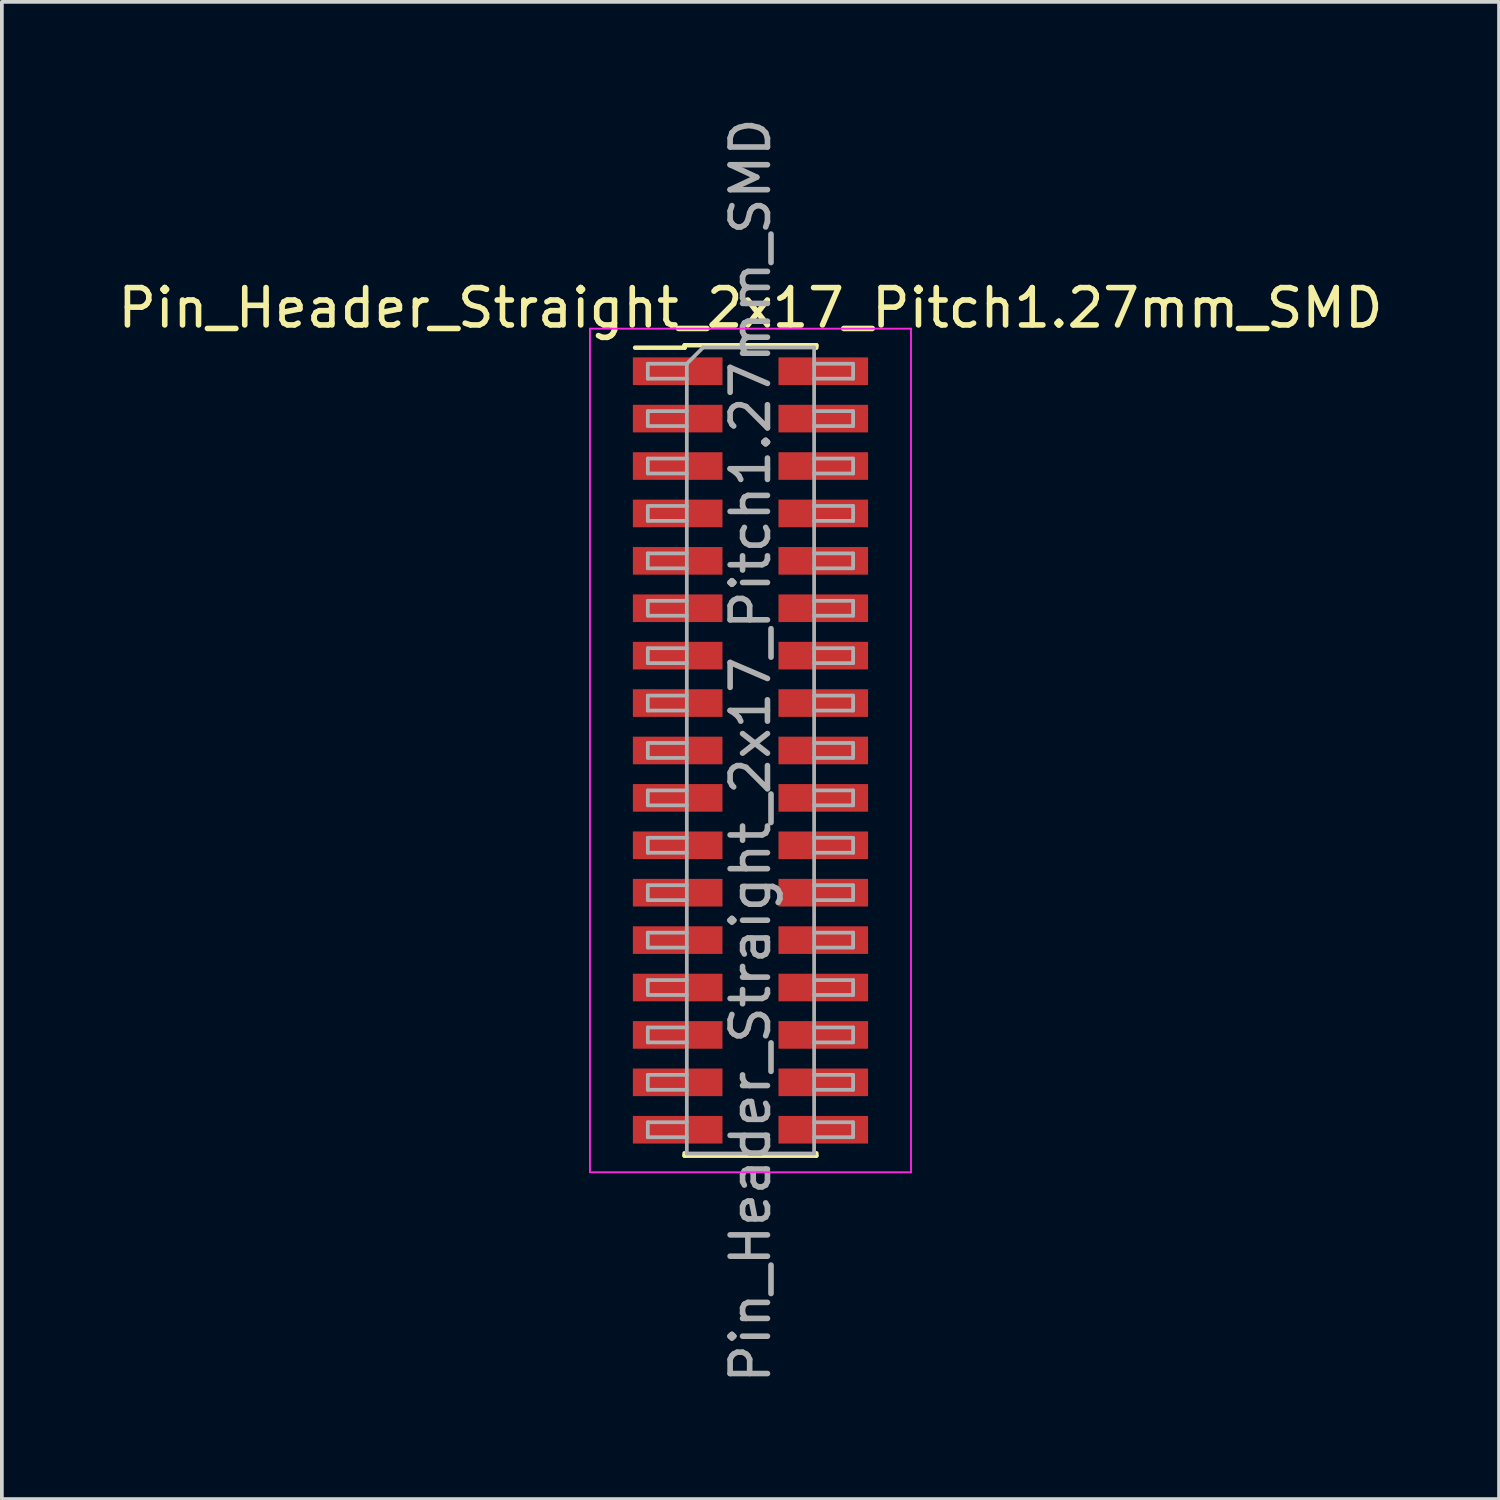
<source format=kicad_pcb>
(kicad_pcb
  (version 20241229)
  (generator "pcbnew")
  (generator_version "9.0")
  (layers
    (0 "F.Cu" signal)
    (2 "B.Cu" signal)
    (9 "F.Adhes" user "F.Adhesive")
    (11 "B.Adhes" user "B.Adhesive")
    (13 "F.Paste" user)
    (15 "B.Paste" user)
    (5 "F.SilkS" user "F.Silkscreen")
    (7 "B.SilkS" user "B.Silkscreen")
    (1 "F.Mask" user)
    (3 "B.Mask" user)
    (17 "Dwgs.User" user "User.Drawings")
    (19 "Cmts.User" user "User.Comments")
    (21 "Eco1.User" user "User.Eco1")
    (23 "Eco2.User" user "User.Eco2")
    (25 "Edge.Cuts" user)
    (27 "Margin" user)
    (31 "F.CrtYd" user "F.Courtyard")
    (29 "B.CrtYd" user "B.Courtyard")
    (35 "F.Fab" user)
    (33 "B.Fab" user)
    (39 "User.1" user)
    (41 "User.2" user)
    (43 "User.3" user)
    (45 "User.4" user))
  (footprint "Pin_Header_Straight_2x17_Pitch1.27mm_SMD"
    (layer "F.Cu")
    (at 17.054 17.054)
    (property "Reference" "Pin_Header_Straight_2x17_Pitch1.27mm_SMD" (at 0 -11.855 0) (layer "F.SilkS") (effects (font (size 1 1) (thickness 0.15))))
    (attr smd)
    (fp_line (start -3.09 -10.79) (end -1.765 -10.79) (stroke (width 0.12) (type solid)) (layer "F.SilkS"))
    (fp_line (start -1.765 -10.855) (end -1.765 -10.79) (stroke (width 0.12) (type solid)) (layer "F.SilkS"))
    (fp_line (start -1.765 -10.855) (end 1.765 -10.855) (stroke (width 0.12) (type solid)) (layer "F.SilkS"))
    (fp_line (start -1.765 10.79) (end -1.765 10.855) (stroke (width 0.12) (type solid)) (layer "F.SilkS"))
    (fp_line (start -1.765 10.855) (end 1.765 10.855) (stroke (width 0.12) (type solid)) (layer "F.SilkS"))
    (fp_line (start 1.765 -10.855) (end 1.765 -10.79) (stroke (width 0.12) (type solid)) (layer "F.SilkS"))
    (fp_line (start 1.765 10.79) (end 1.765 10.855) (stroke (width 0.12) (type solid)) (layer "F.SilkS"))
    (fp_line (start -4.3 -11.3) (end -4.3 11.3) (stroke (width 0.05) (type solid)) (layer "F.CrtYd"))
    (fp_line (start -4.3 11.3) (end 4.3 11.3) (stroke (width 0.05) (type solid)) (layer "F.CrtYd"))
    (fp_line (start 4.3 -11.3) (end -4.3 -11.3) (stroke (width 0.05) (type solid)) (layer "F.CrtYd"))
    (fp_line (start 4.3 11.3) (end 4.3 -11.3) (stroke (width 0.05) (type solid)) (layer "F.CrtYd"))
    (fp_line (start -2.75 -10.36) (end -2.75 -9.96) (stroke (width 0.1) (type solid)) (layer "F.Fab"))
    (fp_line (start -2.75 -9.96) (end -1.705 -9.96) (stroke (width 0.1) (type solid)) (layer "F.Fab"))
    (fp_line (start -2.75 -9.09) (end -2.75 -8.69) (stroke (width 0.1) (type solid)) (layer "F.Fab"))
    (fp_line (start -2.75 -8.69) (end -1.705 -8.69) (stroke (width 0.1) (type solid)) (layer "F.Fab"))
    (fp_line (start -2.75 -7.82) (end -2.75 -7.42) (stroke (width 0.1) (type solid)) (layer "F.Fab"))
    (fp_line (start -2.75 -7.42) (end -1.705 -7.42) (stroke (width 0.1) (type solid)) (layer "F.Fab"))
    (fp_line (start -2.75 -6.55) (end -2.75 -6.15) (stroke (width 0.1) (type solid)) (layer "F.Fab"))
    (fp_line (start -2.75 -6.15) (end -1.705 -6.15) (stroke (width 0.1) (type solid)) (layer "F.Fab"))
    (fp_line (start -2.75 -5.28) (end -2.75 -4.88) (stroke (width 0.1) (type solid)) (layer "F.Fab"))
    (fp_line (start -2.75 -4.88) (end -1.705 -4.88) (stroke (width 0.1) (type solid)) (layer "F.Fab"))
    (fp_line (start -2.75 -4.01) (end -2.75 -3.61) (stroke (width 0.1) (type solid)) (layer "F.Fab"))
    (fp_line (start -2.75 -3.61) (end -1.705 -3.61) (stroke (width 0.1) (type solid)) (layer "F.Fab"))
    (fp_line (start -2.75 -2.74) (end -2.75 -2.34) (stroke (width 0.1) (type solid)) (layer "F.Fab"))
    (fp_line (start -2.75 -2.34) (end -1.705 -2.34) (stroke (width 0.1) (type solid)) (layer "F.Fab"))
    (fp_line (start -2.75 -1.47) (end -2.75 -1.07) (stroke (width 0.1) (type solid)) (layer "F.Fab"))
    (fp_line (start -2.75 -1.07) (end -1.705 -1.07) (stroke (width 0.1) (type solid)) (layer "F.Fab"))
    (fp_line (start -2.75 -0.2) (end -2.75 0.2) (stroke (width 0.1) (type solid)) (layer "F.Fab"))
    (fp_line (start -2.75 0.2) (end -1.705 0.2) (stroke (width 0.1) (type solid)) (layer "F.Fab"))
    (fp_line (start -2.75 1.07) (end -2.75 1.47) (stroke (width 0.1) (type solid)) (layer "F.Fab"))
    (fp_line (start -2.75 1.47) (end -1.705 1.47) (stroke (width 0.1) (type solid)) (layer "F.Fab"))
    (fp_line (start -2.75 2.34) (end -2.75 2.74) (stroke (width 0.1) (type solid)) (layer "F.Fab"))
    (fp_line (start -2.75 2.74) (end -1.705 2.74) (stroke (width 0.1) (type solid)) (layer "F.Fab"))
    (fp_line (start -2.75 3.61) (end -2.75 4.01) (stroke (width 0.1) (type solid)) (layer "F.Fab"))
    (fp_line (start -2.75 4.01) (end -1.705 4.01) (stroke (width 0.1) (type solid)) (layer "F.Fab"))
    (fp_line (start -2.75 4.88) (end -2.75 5.28) (stroke (width 0.1) (type solid)) (layer "F.Fab"))
    (fp_line (start -2.75 5.28) (end -1.705 5.28) (stroke (width 0.1) (type solid)) (layer "F.Fab"))
    (fp_line (start -2.75 6.15) (end -2.75 6.55) (stroke (width 0.1) (type solid)) (layer "F.Fab"))
    (fp_line (start -2.75 6.55) (end -1.705 6.55) (stroke (width 0.1) (type solid)) (layer "F.Fab"))
    (fp_line (start -2.75 7.42) (end -2.75 7.82) (stroke (width 0.1) (type solid)) (layer "F.Fab"))
    (fp_line (start -2.75 7.82) (end -1.705 7.82) (stroke (width 0.1) (type solid)) (layer "F.Fab"))
    (fp_line (start -2.75 8.69) (end -2.75 9.09) (stroke (width 0.1) (type solid)) (layer "F.Fab"))
    (fp_line (start -2.75 9.09) (end -1.705 9.09) (stroke (width 0.1) (type solid)) (layer "F.Fab"))
    (fp_line (start -2.75 9.96) (end -2.75 10.36) (stroke (width 0.1) (type solid)) (layer "F.Fab"))
    (fp_line (start -2.75 10.36) (end -1.705 10.36) (stroke (width 0.1) (type solid)) (layer "F.Fab"))
    (fp_line (start -1.705 -10.36) (end -2.75 -10.36) (stroke (width 0.1) (type solid)) (layer "F.Fab"))
    (fp_line (start -1.705 -10.36) (end -1.27 -10.795) (stroke (width 0.1) (type solid)) (layer "F.Fab"))
    (fp_line (start -1.705 -9.09) (end -2.75 -9.09) (stroke (width 0.1) (type solid)) (layer "F.Fab"))
    (fp_line (start -1.705 -7.82) (end -2.75 -7.82) (stroke (width 0.1) (type solid)) (layer "F.Fab"))
    (fp_line (start -1.705 -6.55) (end -2.75 -6.55) (stroke (width 0.1) (type solid)) (layer "F.Fab"))
    (fp_line (start -1.705 -5.28) (end -2.75 -5.28) (stroke (width 0.1) (type solid)) (layer "F.Fab"))
    (fp_line (start -1.705 -4.01) (end -2.75 -4.01) (stroke (width 0.1) (type solid)) (layer "F.Fab"))
    (fp_line (start -1.705 -2.74) (end -2.75 -2.74) (stroke (width 0.1) (type solid)) (layer "F.Fab"))
    (fp_line (start -1.705 -1.47) (end -2.75 -1.47) (stroke (width 0.1) (type solid)) (layer "F.Fab"))
    (fp_line (start -1.705 -0.2) (end -2.75 -0.2) (stroke (width 0.1) (type solid)) (layer "F.Fab"))
    (fp_line (start -1.705 1.07) (end -2.75 1.07) (stroke (width 0.1) (type solid)) (layer "F.Fab"))
    (fp_line (start -1.705 2.34) (end -2.75 2.34) (stroke (width 0.1) (type solid)) (layer "F.Fab"))
    (fp_line (start -1.705 3.61) (end -2.75 3.61) (stroke (width 0.1) (type solid)) (layer "F.Fab"))
    (fp_line (start -1.705 4.88) (end -2.75 4.88) (stroke (width 0.1) (type solid)) (layer "F.Fab"))
    (fp_line (start -1.705 6.15) (end -2.75 6.15) (stroke (width 0.1) (type solid)) (layer "F.Fab"))
    (fp_line (start -1.705 7.42) (end -2.75 7.42) (stroke (width 0.1) (type solid)) (layer "F.Fab"))
    (fp_line (start -1.705 8.69) (end -2.75 8.69) (stroke (width 0.1) (type solid)) (layer "F.Fab"))
    (fp_line (start -1.705 9.96) (end -2.75 9.96) (stroke (width 0.1) (type solid)) (layer "F.Fab"))
    (fp_line (start -1.705 10.795) (end -1.705 -10.36) (stroke (width 0.1) (type solid)) (layer "F.Fab"))
    (fp_line (start -1.27 -10.795) (end 1.705 -10.795) (stroke (width 0.1) (type solid)) (layer "F.Fab"))
    (fp_line (start 1.705 -10.795) (end 1.705 10.795) (stroke (width 0.1) (type solid)) (layer "F.Fab"))
    (fp_line (start 1.705 -10.36) (end 2.75 -10.36) (stroke (width 0.1) (type solid)) (layer "F.Fab"))
    (fp_line (start 1.705 -9.09) (end 2.75 -9.09) (stroke (width 0.1) (type solid)) (layer "F.Fab"))
    (fp_line (start 1.705 -7.82) (end 2.75 -7.82) (stroke (width 0.1) (type solid)) (layer "F.Fab"))
    (fp_line (start 1.705 -6.55) (end 2.75 -6.55) (stroke (width 0.1) (type solid)) (layer "F.Fab"))
    (fp_line (start 1.705 -5.28) (end 2.75 -5.28) (stroke (width 0.1) (type solid)) (layer "F.Fab"))
    (fp_line (start 1.705 -4.01) (end 2.75 -4.01) (stroke (width 0.1) (type solid)) (layer "F.Fab"))
    (fp_line (start 1.705 -2.74) (end 2.75 -2.74) (stroke (width 0.1) (type solid)) (layer "F.Fab"))
    (fp_line (start 1.705 -1.47) (end 2.75 -1.47) (stroke (width 0.1) (type solid)) (layer "F.Fab"))
    (fp_line (start 1.705 -0.2) (end 2.75 -0.2) (stroke (width 0.1) (type solid)) (layer "F.Fab"))
    (fp_line (start 1.705 1.07) (end 2.75 1.07) (stroke (width 0.1) (type solid)) (layer "F.Fab"))
    (fp_line (start 1.705 2.34) (end 2.75 2.34) (stroke (width 0.1) (type solid)) (layer "F.Fab"))
    (fp_line (start 1.705 3.61) (end 2.75 3.61) (stroke (width 0.1) (type solid)) (layer "F.Fab"))
    (fp_line (start 1.705 4.88) (end 2.75 4.88) (stroke (width 0.1) (type solid)) (layer "F.Fab"))
    (fp_line (start 1.705 6.15) (end 2.75 6.15) (stroke (width 0.1) (type solid)) (layer "F.Fab"))
    (fp_line (start 1.705 7.42) (end 2.75 7.42) (stroke (width 0.1) (type solid)) (layer "F.Fab"))
    (fp_line (start 1.705 8.69) (end 2.75 8.69) (stroke (width 0.1) (type solid)) (layer "F.Fab"))
    (fp_line (start 1.705 9.96) (end 2.75 9.96) (stroke (width 0.1) (type solid)) (layer "F.Fab"))
    (fp_line (start 1.705 10.795) (end -1.705 10.795) (stroke (width 0.1) (type solid)) (layer "F.Fab"))
    (fp_line (start 2.75 -10.36) (end 2.75 -9.96) (stroke (width 0.1) (type solid)) (layer "F.Fab"))
    (fp_line (start 2.75 -9.96) (end 1.705 -9.96) (stroke (width 0.1) (type solid)) (layer "F.Fab"))
    (fp_line (start 2.75 -9.09) (end 2.75 -8.69) (stroke (width 0.1) (type solid)) (layer "F.Fab"))
    (fp_line (start 2.75 -8.69) (end 1.705 -8.69) (stroke (width 0.1) (type solid)) (layer "F.Fab"))
    (fp_line (start 2.75 -7.82) (end 2.75 -7.42) (stroke (width 0.1) (type solid)) (layer "F.Fab"))
    (fp_line (start 2.75 -7.42) (end 1.705 -7.42) (stroke (width 0.1) (type solid)) (layer "F.Fab"))
    (fp_line (start 2.75 -6.55) (end 2.75 -6.15) (stroke (width 0.1) (type solid)) (layer "F.Fab"))
    (fp_line (start 2.75 -6.15) (end 1.705 -6.15) (stroke (width 0.1) (type solid)) (layer "F.Fab"))
    (fp_line (start 2.75 -5.28) (end 2.75 -4.88) (stroke (width 0.1) (type solid)) (layer "F.Fab"))
    (fp_line (start 2.75 -4.88) (end 1.705 -4.88) (stroke (width 0.1) (type solid)) (layer "F.Fab"))
    (fp_line (start 2.75 -4.01) (end 2.75 -3.61) (stroke (width 0.1) (type solid)) (layer "F.Fab"))
    (fp_line (start 2.75 -3.61) (end 1.705 -3.61) (stroke (width 0.1) (type solid)) (layer "F.Fab"))
    (fp_line (start 2.75 -2.74) (end 2.75 -2.34) (stroke (width 0.1) (type solid)) (layer "F.Fab"))
    (fp_line (start 2.75 -2.34) (end 1.705 -2.34) (stroke (width 0.1) (type solid)) (layer "F.Fab"))
    (fp_line (start 2.75 -1.47) (end 2.75 -1.07) (stroke (width 0.1) (type solid)) (layer "F.Fab"))
    (fp_line (start 2.75 -1.07) (end 1.705 -1.07) (stroke (width 0.1) (type solid)) (layer "F.Fab"))
    (fp_line (start 2.75 -0.2) (end 2.75 0.2) (stroke (width 0.1) (type solid)) (layer "F.Fab"))
    (fp_line (start 2.75 0.2) (end 1.705 0.2) (stroke (width 0.1) (type solid)) (layer "F.Fab"))
    (fp_line (start 2.75 1.07) (end 2.75 1.47) (stroke (width 0.1) (type solid)) (layer "F.Fab"))
    (fp_line (start 2.75 1.47) (end 1.705 1.47) (stroke (width 0.1) (type solid)) (layer "F.Fab"))
    (fp_line (start 2.75 2.34) (end 2.75 2.74) (stroke (width 0.1) (type solid)) (layer "F.Fab"))
    (fp_line (start 2.75 2.74) (end 1.705 2.74) (stroke (width 0.1) (type solid)) (layer "F.Fab"))
    (fp_line (start 2.75 3.61) (end 2.75 4.01) (stroke (width 0.1) (type solid)) (layer "F.Fab"))
    (fp_line (start 2.75 4.01) (end 1.705 4.01) (stroke (width 0.1) (type solid)) (layer "F.Fab"))
    (fp_line (start 2.75 4.88) (end 2.75 5.28) (stroke (width 0.1) (type solid)) (layer "F.Fab"))
    (fp_line (start 2.75 5.28) (end 1.705 5.28) (stroke (width 0.1) (type solid)) (layer "F.Fab"))
    (fp_line (start 2.75 6.15) (end 2.75 6.55) (stroke (width 0.1) (type solid)) (layer "F.Fab"))
    (fp_line (start 2.75 6.55) (end 1.705 6.55) (stroke (width 0.1) (type solid)) (layer "F.Fab"))
    (fp_line (start 2.75 7.42) (end 2.75 7.82) (stroke (width 0.1) (type solid)) (layer "F.Fab"))
    (fp_line (start 2.75 7.82) (end 1.705 7.82) (stroke (width 0.1) (type solid)) (layer "F.Fab"))
    (fp_line (start 2.75 8.69) (end 2.75 9.09) (stroke (width 0.1) (type solid)) (layer "F.Fab"))
    (fp_line (start 2.75 9.09) (end 1.705 9.09) (stroke (width 0.1) (type solid)) (layer "F.Fab"))
    (fp_line (start 2.75 9.96) (end 2.75 10.36) (stroke (width 0.1) (type solid)) (layer "F.Fab"))
    (fp_line (start 2.75 10.36) (end 1.705 10.36) (stroke (width 0.1) (type solid)) (layer "F.Fab"))
    (fp_text user "${REFERENCE}" (at 0 0 90) (layer "F.Fab") (effects (font (size 1 1) (thickness 0.15))))
    (pad "1" smd rect (at -1.95 -10.16) (size 2.4 0.74) (layers "F.Cu" "F.Mask" "F.Paste"))
    (pad "2" smd rect (at 1.95 -10.16) (size 2.4 0.74) (layers "F.Cu" "F.Mask" "F.Paste"))
    (pad "3" smd rect (at -1.95 -8.89) (size 2.4 0.74) (layers "F.Cu" "F.Mask" "F.Paste"))
    (pad "4" smd rect (at 1.95 -8.89) (size 2.4 0.74) (layers "F.Cu" "F.Mask" "F.Paste"))
    (pad "5" smd rect (at -1.95 -7.62) (size 2.4 0.74) (layers "F.Cu" "F.Mask" "F.Paste"))
    (pad "6" smd rect (at 1.95 -7.62) (size 2.4 0.74) (layers "F.Cu" "F.Mask" "F.Paste"))
    (pad "7" smd rect (at -1.95 -6.35) (size 2.4 0.74) (layers "F.Cu" "F.Mask" "F.Paste"))
    (pad "8" smd rect (at 1.95 -6.35) (size 2.4 0.74) (layers "F.Cu" "F.Mask" "F.Paste"))
    (pad "9" smd rect (at -1.95 -5.08) (size 2.4 0.74) (layers "F.Cu" "F.Mask" "F.Paste"))
    (pad "10" smd rect (at 1.95 -5.08) (size 2.4 0.74) (layers "F.Cu" "F.Mask" "F.Paste"))
    (pad "11" smd rect (at -1.95 -3.81) (size 2.4 0.74) (layers "F.Cu" "F.Mask" "F.Paste"))
    (pad "12" smd rect (at 1.95 -3.81) (size 2.4 0.74) (layers "F.Cu" "F.Mask" "F.Paste"))
    (pad "13" smd rect (at -1.95 -2.54) (size 2.4 0.74) (layers "F.Cu" "F.Mask" "F.Paste"))
    (pad "14" smd rect (at 1.95 -2.54) (size 2.4 0.74) (layers "F.Cu" "F.Mask" "F.Paste"))
    (pad "15" smd rect (at -1.95 -1.27) (size 2.4 0.74) (layers "F.Cu" "F.Mask" "F.Paste"))
    (pad "16" smd rect (at 1.95 -1.27) (size 2.4 0.74) (layers "F.Cu" "F.Mask" "F.Paste"))
    (pad "17" smd rect (at -1.95 0) (size 2.4 0.74) (layers "F.Cu" "F.Mask" "F.Paste"))
    (pad "18" smd rect (at 1.95 0) (size 2.4 0.74) (layers "F.Cu" "F.Mask" "F.Paste"))
    (pad "19" smd rect (at -1.95 1.27) (size 2.4 0.74) (layers "F.Cu" "F.Mask" "F.Paste"))
    (pad "20" smd rect (at 1.95 1.27) (size 2.4 0.74) (layers "F.Cu" "F.Mask" "F.Paste"))
    (pad "21" smd rect (at -1.95 2.54) (size 2.4 0.74) (layers "F.Cu" "F.Mask" "F.Paste"))
    (pad "22" smd rect (at 1.95 2.54) (size 2.4 0.74) (layers "F.Cu" "F.Mask" "F.Paste"))
    (pad "23" smd rect (at -1.95 3.81) (size 2.4 0.74) (layers "F.Cu" "F.Mask" "F.Paste"))
    (pad "24" smd rect (at 1.95 3.81) (size 2.4 0.74) (layers "F.Cu" "F.Mask" "F.Paste"))
    (pad "25" smd rect (at -1.95 5.08) (size 2.4 0.74) (layers "F.Cu" "F.Mask" "F.Paste"))
    (pad "26" smd rect (at 1.95 5.08) (size 2.4 0.74) (layers "F.Cu" "F.Mask" "F.Paste"))
    (pad "27" smd rect (at -1.95 6.35) (size 2.4 0.74) (layers "F.Cu" "F.Mask" "F.Paste"))
    (pad "28" smd rect (at 1.95 6.35) (size 2.4 0.74) (layers "F.Cu" "F.Mask" "F.Paste"))
    (pad "29" smd rect (at -1.95 7.62) (size 2.4 0.74) (layers "F.Cu" "F.Mask" "F.Paste"))
    (pad "30" smd rect (at 1.95 7.62) (size 2.4 0.74) (layers "F.Cu" "F.Mask" "F.Paste"))
    (pad "31" smd rect (at -1.95 8.89) (size 2.4 0.74) (layers "F.Cu" "F.Mask" "F.Paste"))
    (pad "32" smd rect (at 1.95 8.89) (size 2.4 0.74) (layers "F.Cu" "F.Mask" "F.Paste"))
    (pad "33" smd rect (at -1.95 10.16) (size 2.4 0.74) (layers "F.Cu" "F.Mask" "F.Paste"))
    (pad "34" smd rect (at 1.95 10.16) (size 2.4 0.74) (layers "F.Cu" "F.Mask" "F.Paste")))
  (gr_rect
    (start -3 -3)
    (end 37.107 37.107)
    (stroke (width 0.1) (type default))
    (fill no)
    (layer "Edge.Cuts")))
</source>
